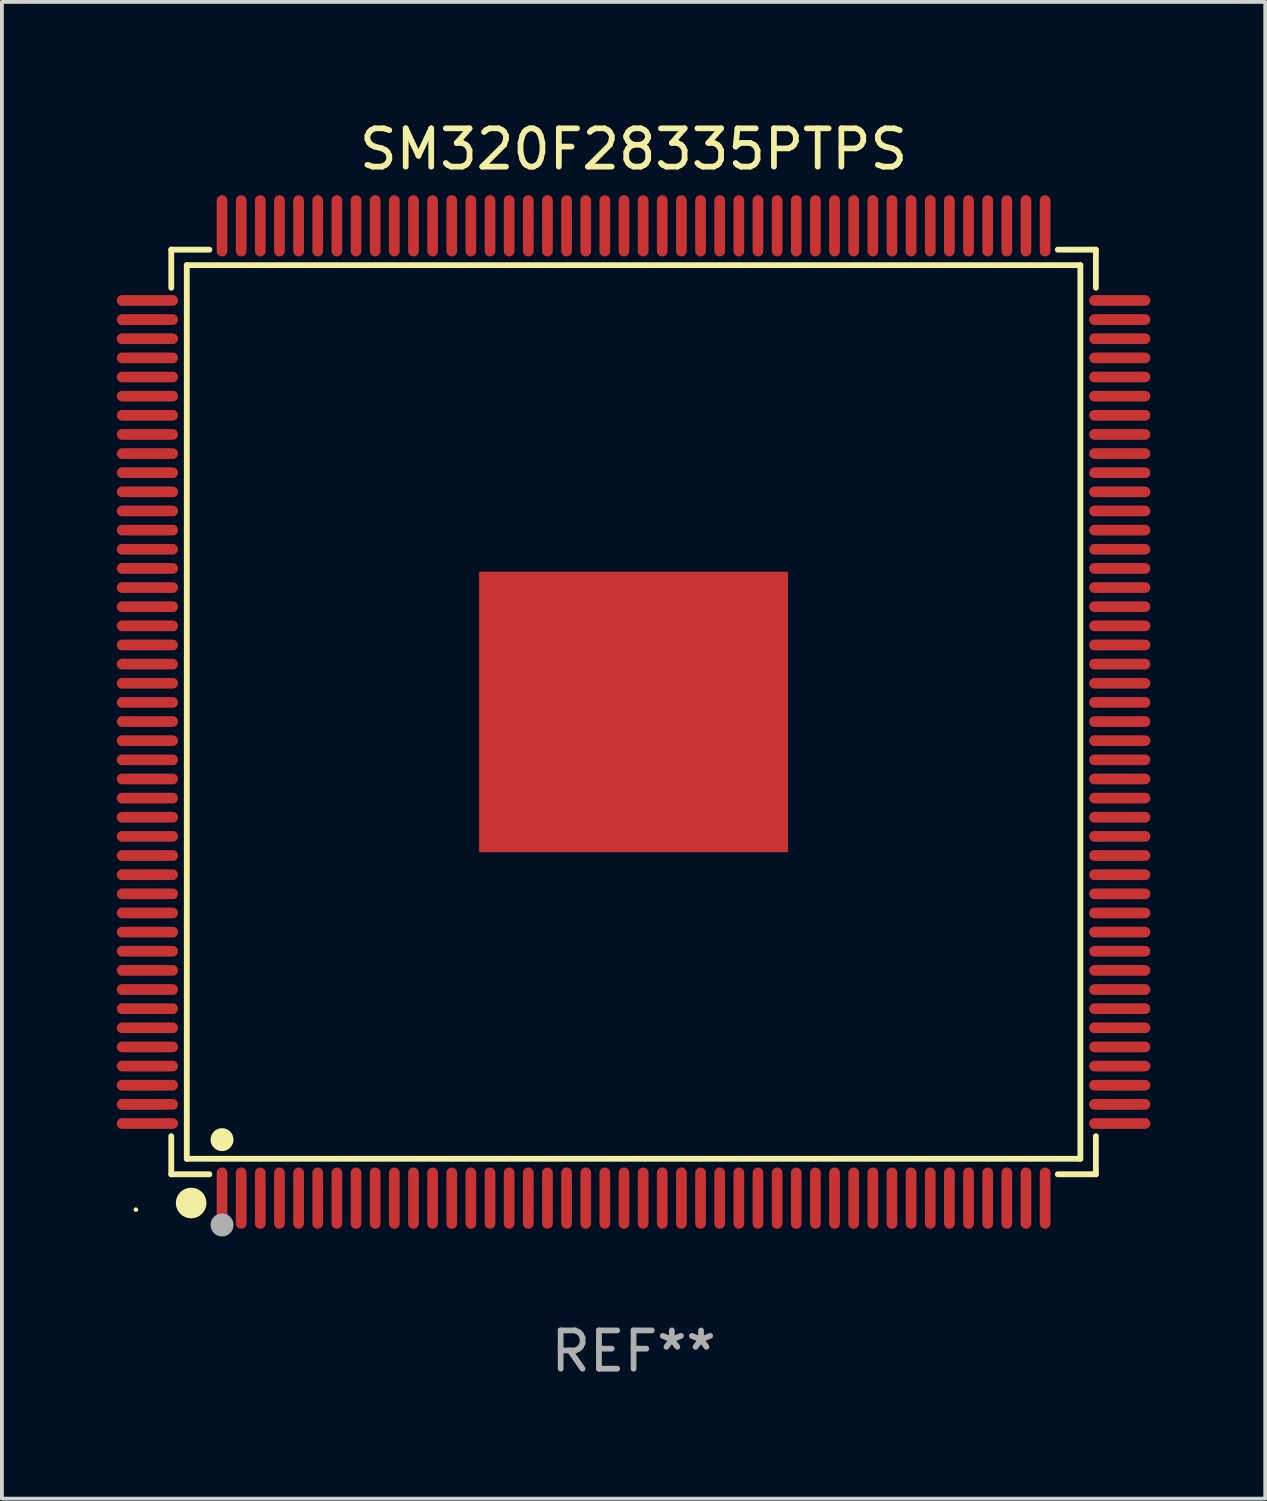
<source format=kicad_pcb>
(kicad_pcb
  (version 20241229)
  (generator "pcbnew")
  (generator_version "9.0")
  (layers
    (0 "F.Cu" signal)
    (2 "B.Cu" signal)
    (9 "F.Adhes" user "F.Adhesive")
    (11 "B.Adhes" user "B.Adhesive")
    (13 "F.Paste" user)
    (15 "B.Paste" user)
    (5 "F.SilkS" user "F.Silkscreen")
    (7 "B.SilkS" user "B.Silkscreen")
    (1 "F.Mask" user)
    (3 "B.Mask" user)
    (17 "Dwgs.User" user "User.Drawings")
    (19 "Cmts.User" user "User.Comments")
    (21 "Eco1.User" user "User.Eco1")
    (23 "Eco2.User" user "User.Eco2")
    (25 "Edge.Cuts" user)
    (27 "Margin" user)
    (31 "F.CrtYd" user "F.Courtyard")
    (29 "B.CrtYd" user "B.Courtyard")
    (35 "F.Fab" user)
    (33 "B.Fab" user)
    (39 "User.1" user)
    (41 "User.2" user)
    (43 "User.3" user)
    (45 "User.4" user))
  (footprint "SM320F28335PTPS"
    (layer "F.Cu")
    (at 13.5 15.548)
    (property "Reference" "SM320F28335PTPS" (at 0 -14.7 0) (layer "F.SilkS") (effects (font (size 1 1) (thickness 0.15))))
    (attr through_hole)
    (fp_line (start -12.076 -12.076) (end -11.081 -12.076) (stroke (width 0.152) (type solid)) (layer "F.SilkS"))
    (fp_line (start -12.076 -11.081) (end -12.076 -12.076) (stroke (width 0.152) (type solid)) (layer "F.SilkS"))
    (fp_line (start -12.076 11.081) (end -12.076 12.076) (stroke (width 0.152) (type solid)) (layer "F.SilkS"))
    (fp_line (start -12.076 12.076) (end -11.081 12.076) (stroke (width 0.152) (type solid)) (layer "F.SilkS"))
    (fp_line (start -11.671 -11.671) (end 11.671 -11.671) (stroke (width 0.152) (type solid)) (layer "F.SilkS"))
    (fp_line (start -11.671 11.671) (end -11.671 -11.671) (stroke (width 0.152) (type solid)) (layer "F.SilkS"))
    (fp_line (start 11.671 -11.671) (end 11.671 11.671) (stroke (width 0.152) (type solid)) (layer "F.SilkS"))
    (fp_line (start 11.671 11.671) (end -11.671 11.671) (stroke (width 0.152) (type solid)) (layer "F.SilkS"))
    (fp_line (start 12.076 -12.076) (end 11.081 -12.076) (stroke (width 0.152) (type solid)) (layer "F.SilkS"))
    (fp_line (start 12.076 -11.081) (end 12.076 -12.076) (stroke (width 0.152) (type solid)) (layer "F.SilkS"))
    (fp_line (start 12.076 11.081) (end 12.076 12.076) (stroke (width 0.152) (type solid)) (layer "F.SilkS"))
    (fp_line (start 12.076 12.076) (end 11.081 12.076) (stroke (width 0.152) (type solid)) (layer "F.SilkS"))
    (fp_circle (center -13 13) (end -12.97 13) (stroke (width 0.06) (type solid)) (fill no) (layer "F.SilkS"))
    (fp_circle (center -11.557 12.827) (end -11.357 12.827) (stroke (width 0.4) (type solid)) (fill no) (layer "F.SilkS"))
    (fp_circle (center -10.75 11.171) (end -10.6 11.171) (stroke (width 0.3) (type solid)) (fill no) (layer "F.SilkS"))
    (fp_circle (center -10.75 13.4) (end -10.6 13.4) (stroke (width 0.3) (type solid)) (fill no) (layer "F.Fab"))
    (fp_text user "REF**" (at 0 16.7 0) (layer "F.Fab") (effects (font (size 1 1) (thickness 0.15))))
    (pad "1" smd oval (at -10.75 12.7) (size 0.28 1.6) (layers "F.Cu" "F.Mask" "F.Paste"))
    (pad "2" smd oval (at -10.25 12.7) (size 0.28 1.6) (layers "F.Cu" "F.Mask" "F.Paste"))
    (pad "3" smd oval (at -9.75 12.7) (size 0.28 1.6) (layers "F.Cu" "F.Mask" "F.Paste"))
    (pad "4" smd oval (at -9.25 12.7) (size 0.28 1.6) (layers "F.Cu" "F.Mask" "F.Paste"))
    (pad "5" smd oval (at -8.75 12.7) (size 0.28 1.6) (layers "F.Cu" "F.Mask" "F.Paste"))
    (pad "6" smd oval (at -8.25 12.7) (size 0.28 1.6) (layers "F.Cu" "F.Mask" "F.Paste"))
    (pad "7" smd oval (at -7.75 12.7) (size 0.28 1.6) (layers "F.Cu" "F.Mask" "F.Paste"))
    (pad "8" smd oval (at -7.25 12.7) (size 0.28 1.6) (layers "F.Cu" "F.Mask" "F.Paste"))
    (pad "9" smd oval (at -6.75 12.7) (size 0.28 1.6) (layers "F.Cu" "F.Mask" "F.Paste"))
    (pad "10" smd oval (at -6.25 12.7) (size 0.28 1.6) (layers "F.Cu" "F.Mask" "F.Paste"))
    (pad "11" smd oval (at -5.75 12.7) (size 0.28 1.6) (layers "F.Cu" "F.Mask" "F.Paste"))
    (pad "12" smd oval (at -5.25 12.7) (size 0.28 1.6) (layers "F.Cu" "F.Mask" "F.Paste"))
    (pad "13" smd oval (at -4.75 12.7) (size 0.28 1.6) (layers "F.Cu" "F.Mask" "F.Paste"))
    (pad "14" smd oval (at -4.25 12.7) (size 0.28 1.6) (layers "F.Cu" "F.Mask" "F.Paste"))
    (pad "15" smd oval (at -3.75 12.7) (size 0.28 1.6) (layers "F.Cu" "F.Mask" "F.Paste"))
    (pad "16" smd oval (at -3.25 12.7) (size 0.28 1.6) (layers "F.Cu" "F.Mask" "F.Paste"))
    (pad "17" smd oval (at -2.75 12.7) (size 0.28 1.6) (layers "F.Cu" "F.Mask" "F.Paste"))
    (pad "18" smd oval (at -2.25 12.7) (size 0.28 1.6) (layers "F.Cu" "F.Mask" "F.Paste"))
    (pad "19" smd oval (at -1.75 12.7) (size 0.28 1.6) (layers "F.Cu" "F.Mask" "F.Paste"))
    (pad "20" smd oval (at -1.25 12.7) (size 0.28 1.6) (layers "F.Cu" "F.Mask" "F.Paste"))
    (pad "21" smd oval (at -0.75 12.7) (size 0.28 1.6) (layers "F.Cu" "F.Mask" "F.Paste"))
    (pad "22" smd oval (at -0.25 12.7) (size 0.28 1.6) (layers "F.Cu" "F.Mask" "F.Paste"))
    (pad "23" smd oval (at 0.25 12.7) (size 0.28 1.6) (layers "F.Cu" "F.Mask" "F.Paste"))
    (pad "24" smd oval (at 0.75 12.7) (size 0.28 1.6) (layers "F.Cu" "F.Mask" "F.Paste"))
    (pad "25" smd oval (at 1.25 12.7) (size 0.28 1.6) (layers "F.Cu" "F.Mask" "F.Paste"))
    (pad "26" smd oval (at 1.75 12.7) (size 0.28 1.6) (layers "F.Cu" "F.Mask" "F.Paste"))
    (pad "27" smd oval (at 2.25 12.7) (size 0.28 1.6) (layers "F.Cu" "F.Mask" "F.Paste"))
    (pad "28" smd oval (at 2.75 12.7) (size 0.28 1.6) (layers "F.Cu" "F.Mask" "F.Paste"))
    (pad "29" smd oval (at 3.25 12.7) (size 0.28 1.6) (layers "F.Cu" "F.Mask" "F.Paste"))
    (pad "30" smd oval (at 3.75 12.7) (size 0.28 1.6) (layers "F.Cu" "F.Mask" "F.Paste"))
    (pad "31" smd oval (at 4.25 12.7) (size 0.28 1.6) (layers "F.Cu" "F.Mask" "F.Paste"))
    (pad "32" smd oval (at 4.75 12.7) (size 0.28 1.6) (layers "F.Cu" "F.Mask" "F.Paste"))
    (pad "33" smd oval (at 5.25 12.7) (size 0.28 1.6) (layers "F.Cu" "F.Mask" "F.Paste"))
    (pad "34" smd oval (at 5.75 12.7) (size 0.28 1.6) (layers "F.Cu" "F.Mask" "F.Paste"))
    (pad "35" smd oval (at 6.25 12.7) (size 0.28 1.6) (layers "F.Cu" "F.Mask" "F.Paste"))
    (pad "36" smd oval (at 6.75 12.7) (size 0.28 1.6) (layers "F.Cu" "F.Mask" "F.Paste"))
    (pad "37" smd oval (at 7.25 12.7) (size 0.28 1.6) (layers "F.Cu" "F.Mask" "F.Paste"))
    (pad "38" smd oval (at 7.75 12.7) (size 0.28 1.6) (layers "F.Cu" "F.Mask" "F.Paste"))
    (pad "39" smd oval (at 8.25 12.7) (size 0.28 1.6) (layers "F.Cu" "F.Mask" "F.Paste"))
    (pad "40" smd oval (at 8.75 12.7) (size 0.28 1.6) (layers "F.Cu" "F.Mask" "F.Paste"))
    (pad "41" smd oval (at 9.25 12.7) (size 0.28 1.6) (layers "F.Cu" "F.Mask" "F.Paste"))
    (pad "42" smd oval (at 9.75 12.7) (size 0.28 1.6) (layers "F.Cu" "F.Mask" "F.Paste"))
    (pad "43" smd oval (at 10.25 12.7) (size 0.28 1.6) (layers "F.Cu" "F.Mask" "F.Paste"))
    (pad "44" smd oval (at 10.75 12.7) (size 0.28 1.6) (layers "F.Cu" "F.Mask" "F.Paste"))
    (pad "45" smd oval (at 12.7 10.75) (size 1.6 0.28) (layers "F.Cu" "F.Mask" "F.Paste"))
    (pad "46" smd oval (at 12.7 10.25) (size 1.6 0.28) (layers "F.Cu" "F.Mask" "F.Paste"))
    (pad "47" smd oval (at 12.7 9.75) (size 1.6 0.28) (layers "F.Cu" "F.Mask" "F.Paste"))
    (pad "48" smd oval (at 12.7 9.25) (size 1.6 0.28) (layers "F.Cu" "F.Mask" "F.Paste"))
    (pad "49" smd oval (at 12.7 8.75) (size 1.6 0.28) (layers "F.Cu" "F.Mask" "F.Paste"))
    (pad "50" smd oval (at 12.7 8.25) (size 1.6 0.28) (layers "F.Cu" "F.Mask" "F.Paste"))
    (pad "51" smd oval (at 12.7 7.75) (size 1.6 0.28) (layers "F.Cu" "F.Mask" "F.Paste"))
    (pad "52" smd oval (at 12.7 7.25) (size 1.6 0.28) (layers "F.Cu" "F.Mask" "F.Paste"))
    (pad "53" smd oval (at 12.7 6.75) (size 1.6 0.28) (layers "F.Cu" "F.Mask" "F.Paste"))
    (pad "54" smd oval (at 12.7 6.25) (size 1.6 0.28) (layers "F.Cu" "F.Mask" "F.Paste"))
    (pad "55" smd oval (at 12.7 5.75) (size 1.6 0.28) (layers "F.Cu" "F.Mask" "F.Paste"))
    (pad "56" smd oval (at 12.7 5.25) (size 1.6 0.28) (layers "F.Cu" "F.Mask" "F.Paste"))
    (pad "57" smd oval (at 12.7 4.75) (size 1.6 0.28) (layers "F.Cu" "F.Mask" "F.Paste"))
    (pad "58" smd oval (at 12.7 4.25) (size 1.6 0.28) (layers "F.Cu" "F.Mask" "F.Paste"))
    (pad "59" smd oval (at 12.7 3.75) (size 1.6 0.28) (layers "F.Cu" "F.Mask" "F.Paste"))
    (pad "60" smd oval (at 12.7 3.25) (size 1.6 0.28) (layers "F.Cu" "F.Mask" "F.Paste"))
    (pad "61" smd oval (at 12.7 2.75) (size 1.6 0.28) (layers "F.Cu" "F.Mask" "F.Paste"))
    (pad "62" smd oval (at 12.7 2.25) (size 1.6 0.28) (layers "F.Cu" "F.Mask" "F.Paste"))
    (pad "63" smd oval (at 12.7 1.75) (size 1.6 0.28) (layers "F.Cu" "F.Mask" "F.Paste"))
    (pad "64" smd oval (at 12.7 1.25) (size 1.6 0.28) (layers "F.Cu" "F.Mask" "F.Paste"))
    (pad "65" smd oval (at 12.7 0.75) (size 1.6 0.28) (layers "F.Cu" "F.Mask" "F.Paste"))
    (pad "66" smd oval (at 12.7 0.25) (size 1.6 0.28) (layers "F.Cu" "F.Mask" "F.Paste"))
    (pad "67" smd oval (at 12.7 -0.25) (size 1.6 0.28) (layers "F.Cu" "F.Mask" "F.Paste"))
    (pad "68" smd oval (at 12.7 -0.75) (size 1.6 0.28) (layers "F.Cu" "F.Mask" "F.Paste"))
    (pad "69" smd oval (at 12.7 -1.25) (size 1.6 0.28) (layers "F.Cu" "F.Mask" "F.Paste"))
    (pad "70" smd oval (at 12.7 -1.75) (size 1.6 0.28) (layers "F.Cu" "F.Mask" "F.Paste"))
    (pad "71" smd oval (at 12.7 -2.25) (size 1.6 0.28) (layers "F.Cu" "F.Mask" "F.Paste"))
    (pad "72" smd oval (at 12.7 -2.75) (size 1.6 0.28) (layers "F.Cu" "F.Mask" "F.Paste"))
    (pad "73" smd oval (at 12.7 -3.25) (size 1.6 0.28) (layers "F.Cu" "F.Mask" "F.Paste"))
    (pad "74" smd oval (at 12.7 -3.75) (size 1.6 0.28) (layers "F.Cu" "F.Mask" "F.Paste"))
    (pad "75" smd oval (at 12.7 -4.25) (size 1.6 0.28) (layers "F.Cu" "F.Mask" "F.Paste"))
    (pad "76" smd oval (at 12.7 -4.75) (size 1.6 0.28) (layers "F.Cu" "F.Mask" "F.Paste"))
    (pad "77" smd oval (at 12.7 -5.25) (size 1.6 0.28) (layers "F.Cu" "F.Mask" "F.Paste"))
    (pad "78" smd oval (at 12.7 -5.75) (size 1.6 0.28) (layers "F.Cu" "F.Mask" "F.Paste"))
    (pad "79" smd oval (at 12.7 -6.25) (size 1.6 0.28) (layers "F.Cu" "F.Mask" "F.Paste"))
    (pad "80" smd oval (at 12.7 -6.75) (size 1.6 0.28) (layers "F.Cu" "F.Mask" "F.Paste"))
    (pad "81" smd oval (at 12.7 -7.25) (size 1.6 0.28) (layers "F.Cu" "F.Mask" "F.Paste"))
    (pad "82" smd oval (at 12.7 -7.75) (size 1.6 0.28) (layers "F.Cu" "F.Mask" "F.Paste"))
    (pad "83" smd oval (at 12.7 -8.25) (size 1.6 0.28) (layers "F.Cu" "F.Mask" "F.Paste"))
    (pad "84" smd oval (at 12.7 -8.75) (size 1.6 0.28) (layers "F.Cu" "F.Mask" "F.Paste"))
    (pad "85" smd oval (at 12.7 -9.25) (size 1.6 0.28) (layers "F.Cu" "F.Mask" "F.Paste"))
    (pad "86" smd oval (at 12.7 -9.75) (size 1.6 0.28) (layers "F.Cu" "F.Mask" "F.Paste"))
    (pad "87" smd oval (at 12.7 -10.25) (size 1.6 0.28) (layers "F.Cu" "F.Mask" "F.Paste"))
    (pad "88" smd oval (at 12.7 -10.75) (size 1.6 0.28) (layers "F.Cu" "F.Mask" "F.Paste"))
    (pad "89" smd oval (at 10.75 -12.7) (size 0.28 1.6) (layers "F.Cu" "F.Mask" "F.Paste"))
    (pad "90" smd oval (at 10.25 -12.7) (size 0.28 1.6) (layers "F.Cu" "F.Mask" "F.Paste"))
    (pad "91" smd oval (at 9.75 -12.7) (size 0.28 1.6) (layers "F.Cu" "F.Mask" "F.Paste"))
    (pad "92" smd oval (at 9.25 -12.7) (size 0.28 1.6) (layers "F.Cu" "F.Mask" "F.Paste"))
    (pad "93" smd oval (at 8.75 -12.7) (size 0.28 1.6) (layers "F.Cu" "F.Mask" "F.Paste"))
    (pad "94" smd oval (at 8.25 -12.7) (size 0.28 1.6) (layers "F.Cu" "F.Mask" "F.Paste"))
    (pad "95" smd oval (at 7.75 -12.7) (size 0.28 1.6) (layers "F.Cu" "F.Mask" "F.Paste"))
    (pad "96" smd oval (at 7.25 -12.7) (size 0.28 1.6) (layers "F.Cu" "F.Mask" "F.Paste"))
    (pad "97" smd oval (at 6.75 -12.7) (size 0.28 1.6) (layers "F.Cu" "F.Mask" "F.Paste"))
    (pad "98" smd oval (at 6.25 -12.7) (size 0.28 1.6) (layers "F.Cu" "F.Mask" "F.Paste"))
    (pad "99" smd oval (at 5.75 -12.7) (size 0.28 1.6) (layers "F.Cu" "F.Mask" "F.Paste"))
    (pad "100" smd oval (at 5.25 -12.7) (size 0.28 1.6) (layers "F.Cu" "F.Mask" "F.Paste"))
    (pad "101" smd oval (at 4.75 -12.7) (size 0.28 1.6) (layers "F.Cu" "F.Mask" "F.Paste"))
    (pad "102" smd oval (at 4.25 -12.7) (size 0.28 1.6) (layers "F.Cu" "F.Mask" "F.Paste"))
    (pad "103" smd oval (at 3.75 -12.7) (size 0.28 1.6) (layers "F.Cu" "F.Mask" "F.Paste"))
    (pad "104" smd oval (at 3.25 -12.7) (size 0.28 1.6) (layers "F.Cu" "F.Mask" "F.Paste"))
    (pad "105" smd oval (at 2.75 -12.7) (size 0.28 1.6) (layers "F.Cu" "F.Mask" "F.Paste"))
    (pad "106" smd oval (at 2.25 -12.7) (size 0.28 1.6) (layers "F.Cu" "F.Mask" "F.Paste"))
    (pad "107" smd oval (at 1.75 -12.7) (size 0.28 1.6) (layers "F.Cu" "F.Mask" "F.Paste"))
    (pad "108" smd oval (at 1.25 -12.7) (size 0.28 1.6) (layers "F.Cu" "F.Mask" "F.Paste"))
    (pad "109" smd oval (at 0.75 -12.7) (size 0.28 1.6) (layers "F.Cu" "F.Mask" "F.Paste"))
    (pad "110" smd oval (at 0.25 -12.7) (size 0.28 1.6) (layers "F.Cu" "F.Mask" "F.Paste"))
    (pad "111" smd oval (at -0.25 -12.7) (size 0.28 1.6) (layers "F.Cu" "F.Mask" "F.Paste"))
    (pad "112" smd oval (at -0.75 -12.7) (size 0.28 1.6) (layers "F.Cu" "F.Mask" "F.Paste"))
    (pad "113" smd oval (at -1.25 -12.7) (size 0.28 1.6) (layers "F.Cu" "F.Mask" "F.Paste"))
    (pad "114" smd oval (at -1.75 -12.7) (size 0.28 1.6) (layers "F.Cu" "F.Mask" "F.Paste"))
    (pad "115" smd oval (at -2.25 -12.7) (size 0.28 1.6) (layers "F.Cu" "F.Mask" "F.Paste"))
    (pad "116" smd oval (at -2.75 -12.7) (size 0.28 1.6) (layers "F.Cu" "F.Mask" "F.Paste"))
    (pad "117" smd oval (at -3.25 -12.7) (size 0.28 1.6) (layers "F.Cu" "F.Mask" "F.Paste"))
    (pad "118" smd oval (at -3.75 -12.7) (size 0.28 1.6) (layers "F.Cu" "F.Mask" "F.Paste"))
    (pad "119" smd oval (at -4.25 -12.7) (size 0.28 1.6) (layers "F.Cu" "F.Mask" "F.Paste"))
    (pad "120" smd oval (at -4.75 -12.7) (size 0.28 1.6) (layers "F.Cu" "F.Mask" "F.Paste"))
    (pad "121" smd oval (at -5.25 -12.7) (size 0.28 1.6) (layers "F.Cu" "F.Mask" "F.Paste"))
    (pad "122" smd oval (at -5.75 -12.7) (size 0.28 1.6) (layers "F.Cu" "F.Mask" "F.Paste"))
    (pad "123" smd oval (at -6.25 -12.7) (size 0.28 1.6) (layers "F.Cu" "F.Mask" "F.Paste"))
    (pad "124" smd oval (at -6.75 -12.7) (size 0.28 1.6) (layers "F.Cu" "F.Mask" "F.Paste"))
    (pad "125" smd oval (at -7.25 -12.7) (size 0.28 1.6) (layers "F.Cu" "F.Mask" "F.Paste"))
    (pad "126" smd oval (at -7.75 -12.7) (size 0.28 1.6) (layers "F.Cu" "F.Mask" "F.Paste"))
    (pad "127" smd oval (at -8.25 -12.7) (size 0.28 1.6) (layers "F.Cu" "F.Mask" "F.Paste"))
    (pad "128" smd oval (at -8.75 -12.7) (size 0.28 1.6) (layers "F.Cu" "F.Mask" "F.Paste"))
    (pad "129" smd oval (at -9.25 -12.7) (size 0.28 1.6) (layers "F.Cu" "F.Mask" "F.Paste"))
    (pad "130" smd oval (at -9.75 -12.7) (size 0.28 1.6) (layers "F.Cu" "F.Mask" "F.Paste"))
    (pad "131" smd oval (at -10.25 -12.7) (size 0.28 1.6) (layers "F.Cu" "F.Mask" "F.Paste"))
    (pad "132" smd oval (at -10.75 -12.7) (size 0.28 1.6) (layers "F.Cu" "F.Mask" "F.Paste"))
    (pad "133" smd oval (at -12.7 -10.75) (size 1.6 0.28) (layers "F.Cu" "F.Mask" "F.Paste"))
    (pad "134" smd oval (at -12.7 -10.25) (size 1.6 0.28) (layers "F.Cu" "F.Mask" "F.Paste"))
    (pad "135" smd oval (at -12.7 -9.75) (size 1.6 0.28) (layers "F.Cu" "F.Mask" "F.Paste"))
    (pad "136" smd oval (at -12.7 -9.25) (size 1.6 0.28) (layers "F.Cu" "F.Mask" "F.Paste"))
    (pad "137" smd oval (at -12.7 -8.75) (size 1.6 0.28) (layers "F.Cu" "F.Mask" "F.Paste"))
    (pad "138" smd oval (at -12.7 -8.25) (size 1.6 0.28) (layers "F.Cu" "F.Mask" "F.Paste"))
    (pad "139" smd oval (at -12.7 -7.75) (size 1.6 0.28) (layers "F.Cu" "F.Mask" "F.Paste"))
    (pad "140" smd oval (at -12.7 -7.25) (size 1.6 0.28) (layers "F.Cu" "F.Mask" "F.Paste"))
    (pad "141" smd oval (at -12.7 -6.75) (size 1.6 0.28) (layers "F.Cu" "F.Mask" "F.Paste"))
    (pad "142" smd oval (at -12.7 -6.25) (size 1.6 0.28) (layers "F.Cu" "F.Mask" "F.Paste"))
    (pad "143" smd oval (at -12.7 -5.75) (size 1.6 0.28) (layers "F.Cu" "F.Mask" "F.Paste"))
    (pad "144" smd oval (at -12.7 -5.25) (size 1.6 0.28) (layers "F.Cu" "F.Mask" "F.Paste"))
    (pad "145" smd oval (at -12.7 -4.75) (size 1.6 0.28) (layers "F.Cu" "F.Mask" "F.Paste"))
    (pad "146" smd oval (at -12.7 -4.25) (size 1.6 0.28) (layers "F.Cu" "F.Mask" "F.Paste"))
    (pad "147" smd oval (at -12.7 -3.75) (size 1.6 0.28) (layers "F.Cu" "F.Mask" "F.Paste"))
    (pad "148" smd oval (at -12.7 -3.25) (size 1.6 0.28) (layers "F.Cu" "F.Mask" "F.Paste"))
    (pad "149" smd oval (at -12.7 -2.75) (size 1.6 0.28) (layers "F.Cu" "F.Mask" "F.Paste"))
    (pad "150" smd oval (at -12.7 -2.25) (size 1.6 0.28) (layers "F.Cu" "F.Mask" "F.Paste"))
    (pad "151" smd oval (at -12.7 -1.75) (size 1.6 0.28) (layers "F.Cu" "F.Mask" "F.Paste"))
    (pad "152" smd oval (at -12.7 -1.25) (size 1.6 0.28) (layers "F.Cu" "F.Mask" "F.Paste"))
    (pad "153" smd oval (at -12.7 -0.75) (size 1.6 0.28) (layers "F.Cu" "F.Mask" "F.Paste"))
    (pad "154" smd oval (at -12.7 -0.25) (size 1.6 0.28) (layers "F.Cu" "F.Mask" "F.Paste"))
    (pad "155" smd oval (at -12.7 0.25) (size 1.6 0.28) (layers "F.Cu" "F.Mask" "F.Paste"))
    (pad "156" smd oval (at -12.7 0.75) (size 1.6 0.28) (layers "F.Cu" "F.Mask" "F.Paste"))
    (pad "157" smd oval (at -12.7 1.25) (size 1.6 0.28) (layers "F.Cu" "F.Mask" "F.Paste"))
    (pad "158" smd oval (at -12.7 1.75) (size 1.6 0.28) (layers "F.Cu" "F.Mask" "F.Paste"))
    (pad "159" smd oval (at -12.7 2.25) (size 1.6 0.28) (layers "F.Cu" "F.Mask" "F.Paste"))
    (pad "160" smd oval (at -12.7 2.75) (size 1.6 0.28) (layers "F.Cu" "F.Mask" "F.Paste"))
    (pad "161" smd oval (at -12.7 3.25) (size 1.6 0.28) (layers "F.Cu" "F.Mask" "F.Paste"))
    (pad "162" smd oval (at -12.7 3.75) (size 1.6 0.28) (layers "F.Cu" "F.Mask" "F.Paste"))
    (pad "163" smd oval (at -12.7 4.25) (size 1.6 0.28) (layers "F.Cu" "F.Mask" "F.Paste"))
    (pad "164" smd oval (at -12.7 4.75) (size 1.6 0.28) (layers "F.Cu" "F.Mask" "F.Paste"))
    (pad "165" smd oval (at -12.7 5.25) (size 1.6 0.28) (layers "F.Cu" "F.Mask" "F.Paste"))
    (pad "166" smd oval (at -12.7 5.75) (size 1.6 0.28) (layers "F.Cu" "F.Mask" "F.Paste"))
    (pad "167" smd oval (at -12.7 6.25) (size 1.6 0.28) (layers "F.Cu" "F.Mask" "F.Paste"))
    (pad "168" smd oval (at -12.7 6.75) (size 1.6 0.28) (layers "F.Cu" "F.Mask" "F.Paste"))
    (pad "169" smd oval (at -12.7 7.25) (size 1.6 0.28) (layers "F.Cu" "F.Mask" "F.Paste"))
    (pad "170" smd oval (at -12.7 7.75) (size 1.6 0.28) (layers "F.Cu" "F.Mask" "F.Paste"))
    (pad "171" smd oval (at -12.7 8.25) (size 1.6 0.28) (layers "F.Cu" "F.Mask" "F.Paste"))
    (pad "172" smd oval (at -12.7 8.75) (size 1.6 0.28) (layers "F.Cu" "F.Mask" "F.Paste"))
    (pad "173" smd oval (at -12.7 9.25) (size 1.6 0.28) (layers "F.Cu" "F.Mask" "F.Paste"))
    (pad "174" smd oval (at -12.7 9.75) (size 1.6 0.28) (layers "F.Cu" "F.Mask" "F.Paste"))
    (pad "175" smd oval (at -12.7 10.25) (size 1.6 0.28) (layers "F.Cu" "F.Mask" "F.Paste"))
    (pad "176" smd oval (at -12.7 10.75) (size 1.6 0.28) (layers "F.Cu" "F.Mask" "F.Paste"))
    (pad "177" smd rect (at 0 0) (size 8.07 7.33) (layers "F.Cu" "F.Mask" "F.Paste")))
  (gr_rect
    (start -3 -3)
    (end 30 36.097)
    (stroke (width 0.1) (type default))
    (fill no)
    (layer "Edge.Cuts")))
</source>
